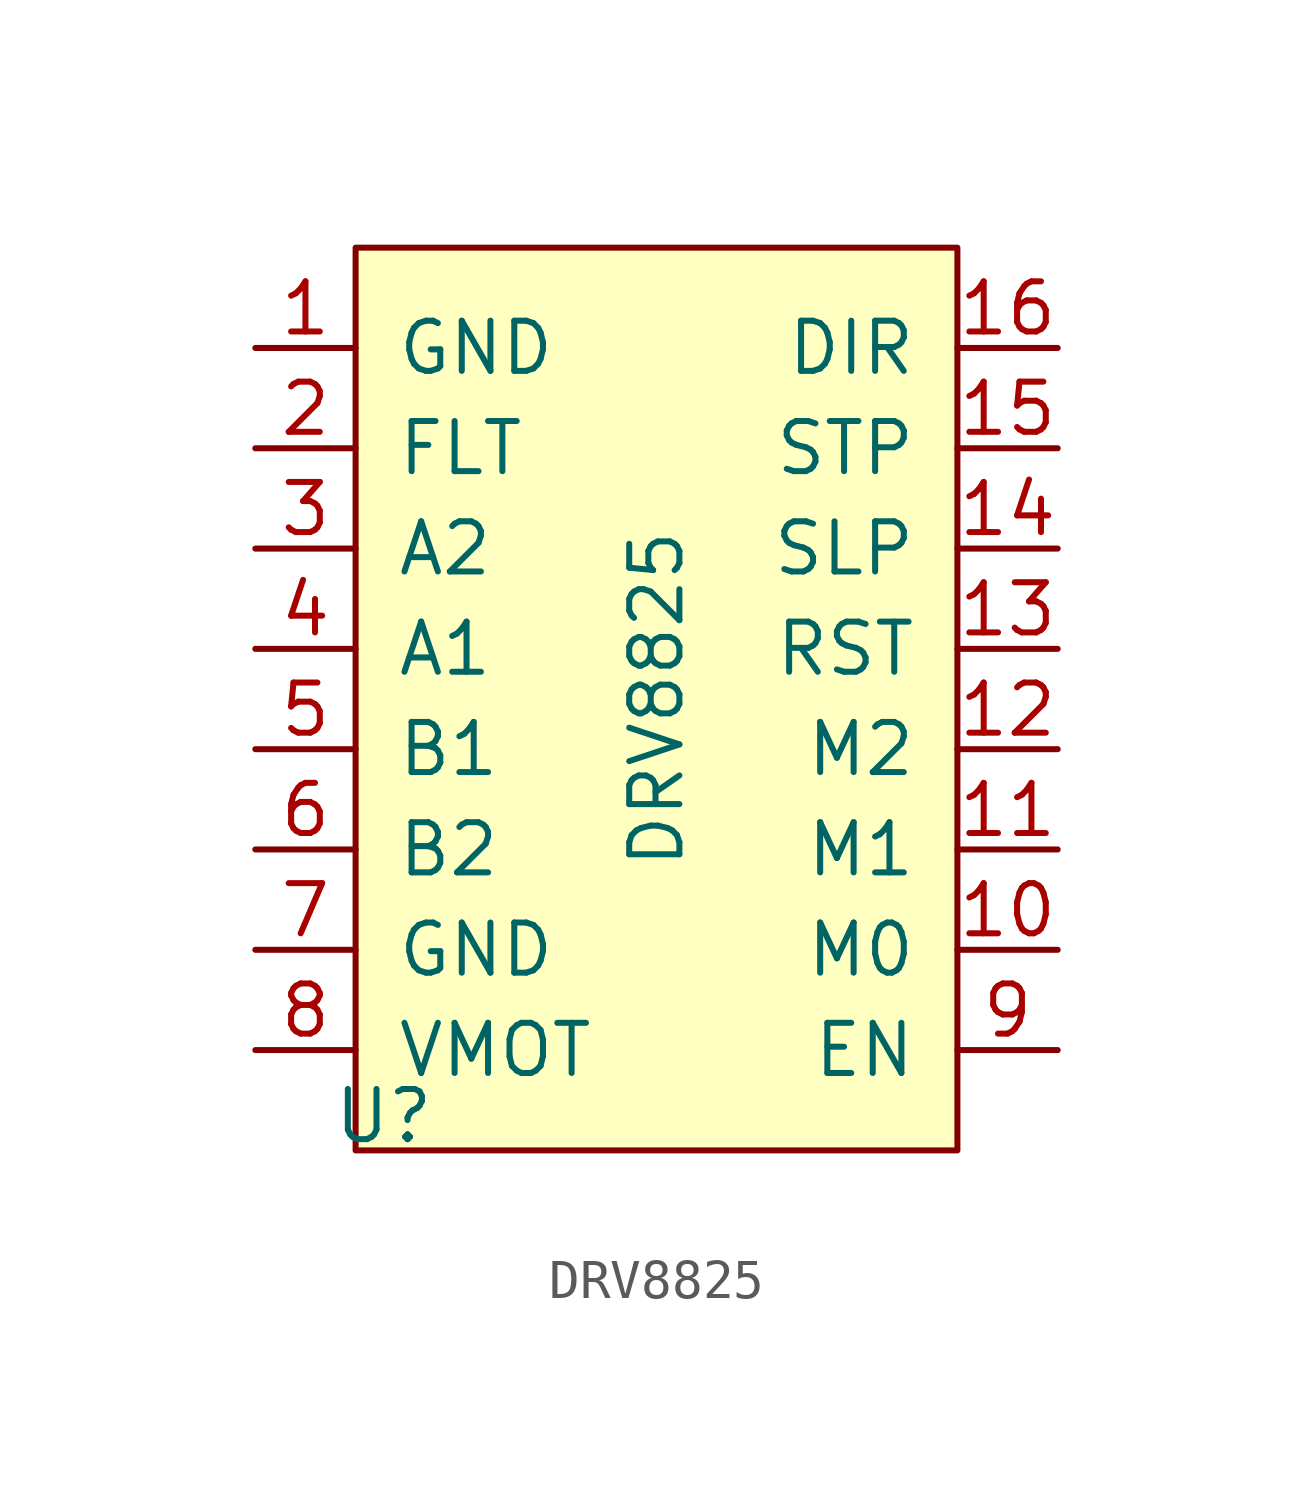
<source format=kicad_sym>
(kicad_symbol_lib
  (version 20220914)
  (generator kicad_symbol_editor)
  (symbol "DRV8825"
    (pin_names
      (offset 1.016))
    (property "Reference" "U"
      (at -6.909 -10.566 0)
      (effects (font (size 1.27 1.27))))
    (property "Value" "DRV8825"
      (at 0 0 90)
      (effects (font (size 1.27 1.27))))
    (symbol "DRV8825_0_1"
      (rectangle (start -7.62 11.43) (end 7.62 -11.43) (stroke (width 0) (type solid)) (fill (type background))))
    (symbol "DRV8825_1_1"
      (pin power_in line (at -10.16 8.89 0) (length 2.54) (name "GND" (effects (font (size 1.27 1.27)))) (number "1" (effects (font (size 1.27 1.27)))))
      (pin input line (at 10.16 -6.35 180) (length 2.54) (name "M0" (effects (font (size 1.27 1.27)))) (number "10" (effects (font (size 1.27 1.27)))))
      (pin input line (at 10.16 -3.81 180) (length 2.54) (name "M1" (effects (font (size 1.27 1.27)))) (number "11" (effects (font (size 1.27 1.27)))))
      (pin input line (at 10.16 -1.27 180) (length 2.54) (name "M2" (effects (font (size 1.27 1.27)))) (number "12" (effects (font (size 1.27 1.27)))))
      (pin input line (at 10.16 1.27 180) (length 2.54) (name "RST" (effects (font (size 1.27 1.27)))) (number "13" (effects (font (size 1.27 1.27)))))
      (pin input line (at 10.16 3.81 180) (length 2.54) (name "SLP" (effects (font (size 1.27 1.27)))) (number "14" (effects (font (size 1.27 1.27)))))
      (pin input line (at 10.16 6.35 180) (length 2.54) (name "STP" (effects (font (size 1.27 1.27)))) (number "15" (effects (font (size 1.27 1.27)))))
      (pin input line (at 10.16 8.89 180) (length 2.54) (name "DIR" (effects (font (size 1.27 1.27)))) (number "16" (effects (font (size 1.27 1.27)))))
      (pin output line (at -10.16 6.35 0) (length 2.54) (name "FLT" (effects (font (size 1.27 1.27)))) (number "2" (effects (font (size 1.27 1.27)))))
      (pin output line (at -10.16 3.81 0) (length 2.54) (name "A2" (effects (font (size 1.27 1.27)))) (number "3" (effects (font (size 1.27 1.27)))))
      (pin output line (at -10.16 1.27 0) (length 2.54) (name "A1" (effects (font (size 1.27 1.27)))) (number "4" (effects (font (size 1.27 1.27)))))
      (pin output line (at -10.16 -1.27 0) (length 2.54) (name "B1" (effects (font (size 1.27 1.27)))) (number "5" (effects (font (size 1.27 1.27)))))
      (pin output line (at -10.16 -3.81 0) (length 2.54) (name "B2" (effects (font (size 1.27 1.27)))) (number "6" (effects (font (size 1.27 1.27)))))
      (pin power_in line (at -10.16 -6.35 0) (length 2.54) (name "GND" (effects (font (size 1.27 1.27)))) (number "7" (effects (font (size 1.27 1.27)))))
      (pin power_in line (at -10.16 -8.89 0) (length 2.54) (name "VMOT" (effects (font (size 1.27 1.27)))) (number "8" (effects (font (size 1.27 1.27)))))
      (pin input line (at 10.16 -8.89 180) (length 2.54) (name "EN" (effects (font (size 1.27 1.27)))) (number "9" (effects (font (size 1.27 1.27))))))))
</source>
